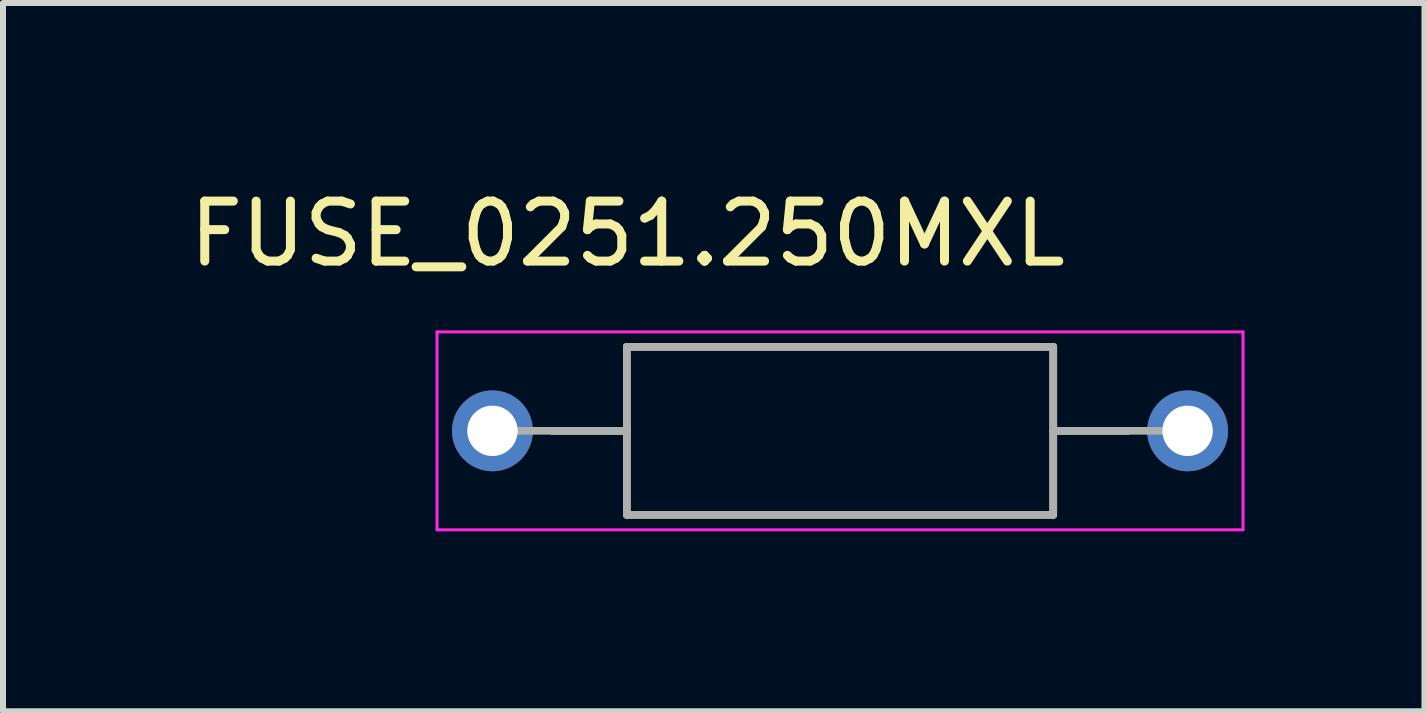
<source format=kicad_pcb>
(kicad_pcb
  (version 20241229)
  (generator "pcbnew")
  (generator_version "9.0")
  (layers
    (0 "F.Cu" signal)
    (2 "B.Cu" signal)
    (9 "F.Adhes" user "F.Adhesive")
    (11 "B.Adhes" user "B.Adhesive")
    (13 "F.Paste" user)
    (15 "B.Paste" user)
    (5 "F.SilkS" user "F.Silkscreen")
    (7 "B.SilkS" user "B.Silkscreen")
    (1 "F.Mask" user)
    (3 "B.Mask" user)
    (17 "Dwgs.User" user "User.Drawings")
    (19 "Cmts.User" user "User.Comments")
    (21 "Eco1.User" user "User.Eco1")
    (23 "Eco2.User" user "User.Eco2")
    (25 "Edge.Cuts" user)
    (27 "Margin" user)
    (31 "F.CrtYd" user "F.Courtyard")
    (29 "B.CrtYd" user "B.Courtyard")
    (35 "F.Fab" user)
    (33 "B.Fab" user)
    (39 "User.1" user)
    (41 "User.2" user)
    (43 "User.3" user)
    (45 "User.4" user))
  (footprint "FUSE_0251.250MXL"
    (layer "F.Cu")
    (at 10.955 4.133)
    (property "Reference" "FUSE_0251.250MXL" (at -3.544 -3.285 0) (layer "F.SilkS") (effects (font (size 1 1) (thickness 0.15))))
    (attr through_hole)
    (fp_line (start -3.555 -1.4) (end -3.555 0) (stroke (width 0.127) (type solid)) (layer "F.SilkS"))
    (fp_line (start -3.555 0) (end -4.801 0) (stroke (width 0.127) (type solid)) (layer "F.SilkS"))
    (fp_line (start -3.555 0) (end -3.555 1.4) (stroke (width 0.127) (type solid)) (layer "F.SilkS"))
    (fp_line (start -3.555 1.4) (end 3.555 1.4) (stroke (width 0.127) (type solid)) (layer "F.SilkS"))
    (fp_line (start 3.555 -1.4) (end -3.555 -1.4) (stroke (width 0.127) (type solid)) (layer "F.SilkS"))
    (fp_line (start 3.555 0) (end 3.555 -1.4) (stroke (width 0.127) (type solid)) (layer "F.SilkS"))
    (fp_line (start 3.555 0) (end 4.801 0) (stroke (width 0.127) (type solid)) (layer "F.SilkS"))
    (fp_line (start 3.555 1.4) (end 3.555 0) (stroke (width 0.127) (type solid)) (layer "F.SilkS"))
    (fp_line (start -6.719 -1.65) (end -6.719 1.65) (stroke (width 0.05) (type solid)) (layer "F.CrtYd"))
    (fp_line (start -6.719 1.65) (end 6.719 1.65) (stroke (width 0.05) (type solid)) (layer "F.CrtYd"))
    (fp_line (start 6.719 -1.65) (end -6.719 -1.65) (stroke (width 0.05) (type solid)) (layer "F.CrtYd"))
    (fp_line (start 6.719 1.65) (end 6.719 -1.65) (stroke (width 0.05) (type solid)) (layer "F.CrtYd"))
    (fp_line (start -3.555 -1.4) (end -3.555 0) (stroke (width 0.127) (type solid)) (layer "F.Fab"))
    (fp_line (start -3.555 0) (end -5.795 0) (stroke (width 0.127) (type solid)) (layer "F.Fab"))
    (fp_line (start -3.555 0) (end -3.555 1.4) (stroke (width 0.127) (type solid)) (layer "F.Fab"))
    (fp_line (start -3.555 1.4) (end 3.555 1.4) (stroke (width 0.127) (type solid)) (layer "F.Fab"))
    (fp_line (start 3.555 -1.4) (end -3.555 -1.4) (stroke (width 0.127) (type solid)) (layer "F.Fab"))
    (fp_line (start 3.555 0) (end 3.555 -1.4) (stroke (width 0.127) (type solid)) (layer "F.Fab"))
    (fp_line (start 3.555 0) (end 5.795 0) (stroke (width 0.127) (type solid)) (layer "F.Fab"))
    (fp_line (start 3.555 1.4) (end 3.555 0) (stroke (width 0.127) (type solid)) (layer "F.Fab"))
    (pad "1" thru_hole circle (at -5.795 0) (size 1.348 1.348) (drill 0.84) (layers "*.Cu" "*.Mask"))
    (pad "2" thru_hole circle (at 5.795 0) (size 1.348 1.348) (drill 0.84) (layers "*.Cu" "*.Mask")))
  (gr_rect
    (start -3 -3)
    (end 20.699 8.808)
    (stroke (width 0.1) (type default))
    (fill no)
    (layer "Edge.Cuts")))
</source>
